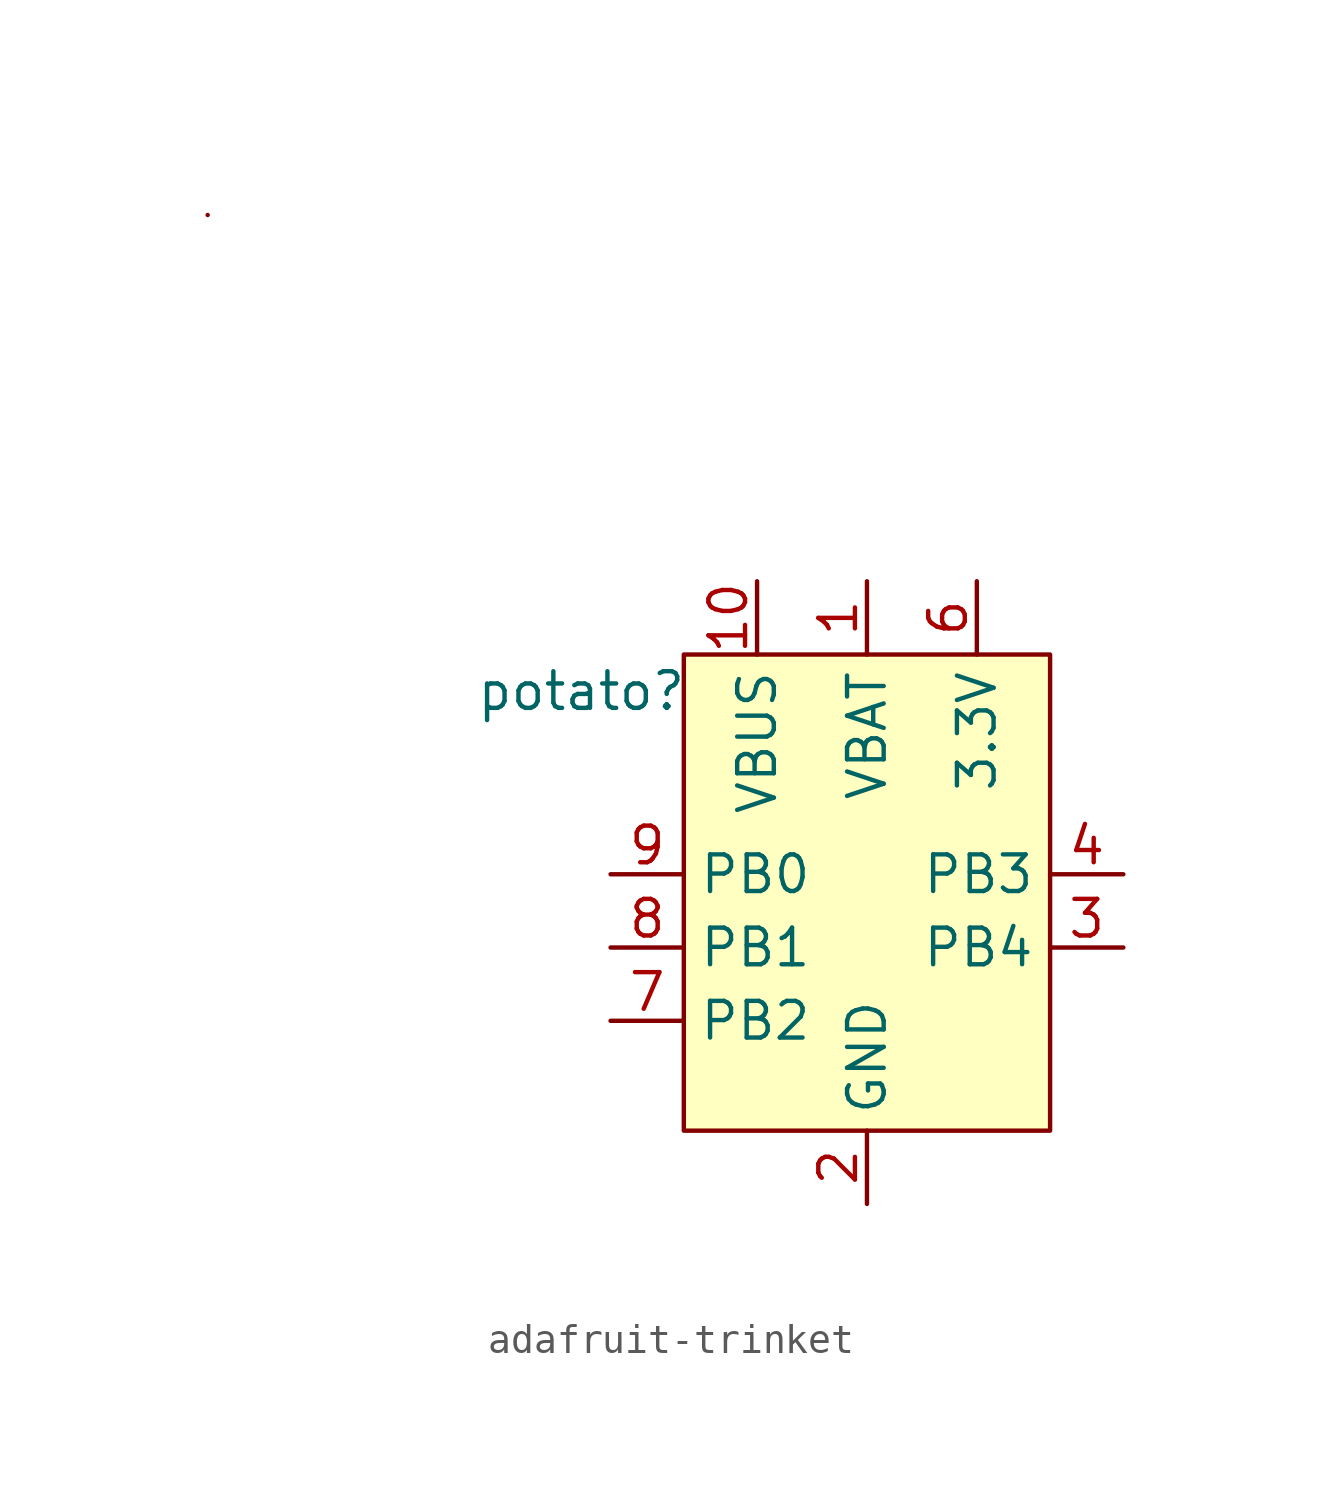
<source format=kicad_sym>
(kicad_symbol_lib
  (version 20231120)
  (generator "kicad_symbol_editor")
  (generator_version "8.0")
  (symbol "adafruit-trinket"
    (property "Reference" "potato"
      (at -2.286 -1.27 0)
      (effects (font (size 1.27 1.27))))
    (property "Value" ""
      (at 0 0 0)
      (effects (font (size 1.27 1.27))))
    (symbol "adafruit-trinket_1_1"
      (rectangle (start -15.24 15.24) (end -15.24 15.24) (stroke (width 0) (type default)) (fill (type none)))
      (rectangle (start 1.27 0) (end 13.97 -16.51) (stroke (width 0) (type default)) (fill (type background)))
      (pin input line (at 7.62 2.54 270) (length 2.54) (name "VBAT" (effects (font (size 1.27 1.27)))) (number "1" (effects (font (size 1.27 1.27)))))
      (pin input line (at 3.81 2.54 270) (length 2.54) (name "VBUS" (effects (font (size 1.27 1.27)))) (number "10" (effects (font (size 1.27 1.27)))))
      (pin input line (at 7.62 -19.05 90) (length 2.54) (name "GND" (effects (font (size 1.27 1.27)))) (number "2" (effects (font (size 1.27 1.27)))))
      (pin input line (at 16.51 -10.16 180) (length 2.54) (name "PB4" (effects (font (size 1.27 1.27)))) (number "3" (effects (font (size 1.27 1.27)))))
      (pin input line (at 16.51 -7.62 180) (length 2.54) (name "PB3" (effects (font (size 1.27 1.27)))) (number "4" (effects (font (size 1.27 1.27)))))
      (pin input line (at 11.43 2.54 270) (length 2.54) (name "3.3V" (effects (font (size 1.27 1.27)))) (number "6" (effects (font (size 1.27 1.27)))))
      (pin input line (at -1.27 -12.7 0) (length 2.54) (name "PB2" (effects (font (size 1.27 1.27)))) (number "7" (effects (font (size 1.27 1.27)))))
      (pin input line (at -1.27 -10.16 0) (length 2.54) (name "PB1" (effects (font (size 1.27 1.27)))) (number "8" (effects (font (size 1.27 1.27)))))
      (pin input line (at -1.27 -7.62 0) (length 2.54) (name "PB0" (effects (font (size 1.27 1.27)))) (number "9" (effects (font (size 1.27 1.27))))))))
</source>
